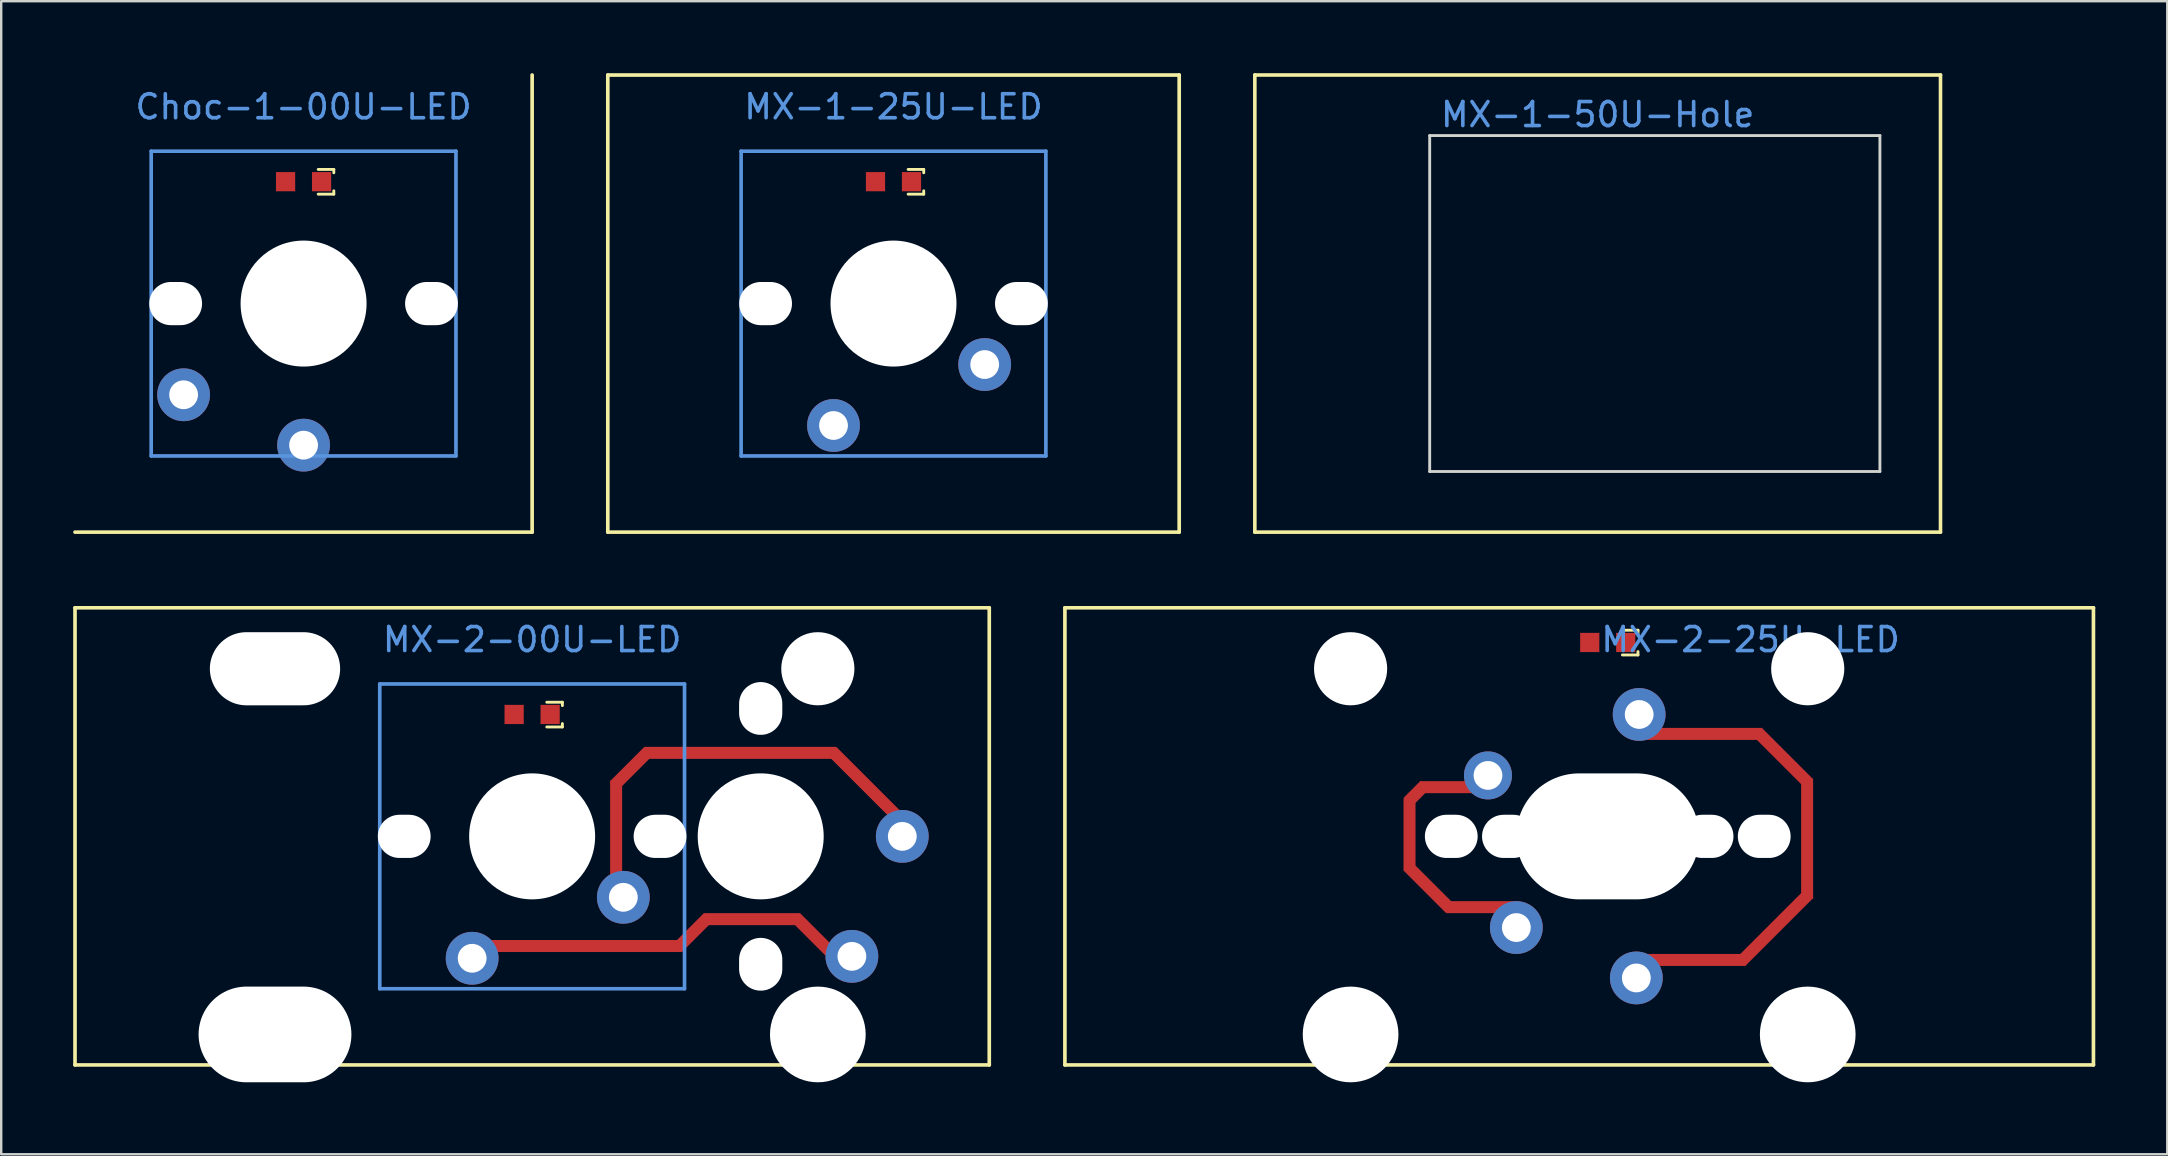
<source format=kicad_pcb>
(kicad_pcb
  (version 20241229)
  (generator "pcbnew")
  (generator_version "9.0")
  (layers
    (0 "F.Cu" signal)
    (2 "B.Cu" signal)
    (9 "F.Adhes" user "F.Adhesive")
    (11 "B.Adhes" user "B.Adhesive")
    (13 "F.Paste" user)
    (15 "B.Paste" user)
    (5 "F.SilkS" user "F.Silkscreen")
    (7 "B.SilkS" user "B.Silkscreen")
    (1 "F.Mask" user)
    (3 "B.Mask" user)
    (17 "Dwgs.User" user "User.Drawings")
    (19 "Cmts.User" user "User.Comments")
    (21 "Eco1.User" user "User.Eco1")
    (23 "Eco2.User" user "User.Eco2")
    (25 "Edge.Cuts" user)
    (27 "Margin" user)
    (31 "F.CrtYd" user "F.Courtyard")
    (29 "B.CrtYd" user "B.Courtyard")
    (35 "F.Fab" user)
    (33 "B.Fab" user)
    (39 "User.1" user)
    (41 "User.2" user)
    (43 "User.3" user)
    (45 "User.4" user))
  (footprint "MX-1-25U-LED"
    (layer "F.Cu")
    (at 34.185 4.521)
    (property "Reference" "MX-1-25U-LED" (at 0 -3.12 0) (layer "Cmts.User") (effects (font (size 1 1) (thickness 0.15))))
    (fp_line (start -11.906 -4.445) (end 11.906 -4.445) (stroke (width 0.152) (type solid)) (layer "F.SilkS"))
    (fp_line (start -11.906 14.605) (end -11.906 -4.445) (stroke (width 0.152) (type solid)) (layer "F.SilkS"))
    (fp_line (start 0.61 -0.51) (end 1.26 -0.51) (stroke (width 0.12) (type solid)) (layer "F.SilkS"))
    (fp_line (start 0.61 0.52) (end 1.26 0.52) (stroke (width 0.12) (type solid)) (layer "F.SilkS"))
    (fp_line (start 1.26 -0.51) (end 1.26 -0.37) (stroke (width 0.12) (type solid)) (layer "F.SilkS"))
    (fp_line (start 1.26 0.52) (end 1.26 0.38) (stroke (width 0.12) (type solid)) (layer "F.SilkS"))
    (fp_line (start 11.906 -4.445) (end 11.906 14.605) (stroke (width 0.152) (type solid)) (layer "F.SilkS"))
    (fp_line (start 11.906 14.605) (end -11.906 14.605) (stroke (width 0.152) (type solid)) (layer "F.SilkS"))
    (fp_line (start -6.35 -1.27) (end 6.35 -1.27) (stroke (width 0.152) (type solid)) (layer "Cmts.User"))
    (fp_line (start -6.35 11.43) (end -6.35 -1.27) (stroke (width 0.152) (type solid)) (layer "Cmts.User"))
    (fp_line (start 6.35 -1.27) (end 6.35 11.43) (stroke (width 0.152) (type solid)) (layer "Cmts.User"))
    (fp_line (start 6.35 11.43) (end -6.35 11.43) (stroke (width 0.152) (type solid)) (layer "Cmts.User"))
    (fp_line (start -7.798 -0.925) (end -6.985 -0.925) (stroke (width 0.152) (type solid)) (layer "Eco2.User"))
    (fp_line (start -7.798 2.576) (end -7.798 -0.925) (stroke (width 0.152) (type solid)) (layer "Eco2.User"))
    (fp_line (start -7.798 7.584) (end -6.985 7.584) (stroke (width 0.152) (type solid)) (layer "Eco2.User"))
    (fp_line (start -7.798 11.085) (end -7.798 7.584) (stroke (width 0.152) (type solid)) (layer "Eco2.User"))
    (fp_line (start -6.985 -1.905) (end 6.985 -1.905) (stroke (width 0.152) (type solid)) (layer "Eco2.User"))
    (fp_line (start -6.985 -0.925) (end -6.985 -1.905) (stroke (width 0.152) (type solid)) (layer "Eco2.User"))
    (fp_line (start -6.985 2.576) (end -7.798 2.576) (stroke (width 0.152) (type solid)) (layer "Eco2.User"))
    (fp_line (start -6.985 7.584) (end -6.985 2.576) (stroke (width 0.152) (type solid)) (layer "Eco2.User"))
    (fp_line (start -6.985 11.085) (end -7.798 11.085) (stroke (width 0.152) (type solid)) (layer "Eco2.User"))
    (fp_line (start -6.985 12.065) (end -6.985 11.085) (stroke (width 0.152) (type solid)) (layer "Eco2.User"))
    (fp_line (start 6.985 -1.905) (end 6.985 -0.925) (stroke (width 0.152) (type solid)) (layer "Eco2.User"))
    (fp_line (start 6.985 -0.925) (end 7.798 -0.925) (stroke (width 0.152) (type solid)) (layer "Eco2.User"))
    (fp_line (start 6.985 2.576) (end 6.985 7.584) (stroke (width 0.152) (type solid)) (layer "Eco2.User"))
    (fp_line (start 6.985 7.584) (end 7.798 7.584) (stroke (width 0.152) (type solid)) (layer "Eco2.User"))
    (fp_line (start 6.985 11.085) (end 6.985 12.065) (stroke (width 0.152) (type solid)) (layer "Eco2.User"))
    (fp_line (start 6.985 12.065) (end -6.985 12.065) (stroke (width 0.152) (type solid)) (layer "Eco2.User"))
    (fp_line (start 7.798 -0.925) (end 7.798 2.576) (stroke (width 0.152) (type solid)) (layer "Eco2.User"))
    (fp_line (start 7.798 2.576) (end 6.985 2.576) (stroke (width 0.152) (type solid)) (layer "Eco2.User"))
    (fp_line (start 7.798 7.584) (end 7.798 11.085) (stroke (width 0.152) (type solid)) (layer "Eco2.User"))
    (fp_line (start 7.798 11.085) (end 6.985 11.085) (stroke (width 0.152) (type solid)) (layer "Eco2.User"))
    (pad "" np_thru_hole oval (at -5.33 5.08 270) (size 1.8 2.2) (drill oval 1.8 2.2) (layers "*.Cu" "*.Mask"))
    (pad "" np_thru_hole circle (at 0 5.08 180) (size 5.25 5.25) (drill 5.25) (layers "*.Cu" "*.Mask"))
    (pad "" np_thru_hole oval (at 5.33 5.08 270) (size 1.8 2.2) (drill oval 1.8 2.2) (layers "*.Cu" "*.Mask"))
    (pad "1" thru_hole circle (at -2.5 10.16) (size 2.2 2.2) (drill 1.2) (layers "*.Cu" "*.Mask"))
    (pad "2" thru_hole circle (at 3.8 7.62 225) (size 2.2 2.2) (drill 1.2) (layers "*.Cu" "*.Mask"))
    (pad "3" smd rect (at 0.75 0 90) (size 0.8 0.8) (layers "F.Cu" "F.Mask" "F.Paste"))
    (pad "4" smd rect (at -0.75 0 90) (size 0.8 0.8) (layers "F.Cu" "F.Mask" "F.Paste")))
  (footprint "MX-2-25U-LED"
    (layer "F.Cu")
    (at 63.95 23.724)
    (property "Reference" "MX-2-25U-LED" (at 5.953 -0.12 0) (layer "Cmts.User") (effects (font (size 1 1) (thickness 0.15))))
    (fp_line (start -22.622 -1.445) (end 20.241 -1.445) (stroke (width 0.152) (type solid)) (layer "F.SilkS"))
    (fp_line (start -22.622 17.605) (end -22.622 -1.445) (stroke (width 0.152) (type solid)) (layer "F.SilkS"))
    (fp_line (start 0.61 -0.51) (end 1.26 -0.51) (stroke (width 0.12) (type solid)) (layer "F.SilkS"))
    (fp_line (start 0.61 0.52) (end 1.26 0.52) (stroke (width 0.12) (type solid)) (layer "F.SilkS"))
    (fp_line (start 1.26 -0.51) (end 1.26 -0.37) (stroke (width 0.12) (type solid)) (layer "F.SilkS"))
    (fp_line (start 1.26 0.52) (end 1.26 0.38) (stroke (width 0.12) (type solid)) (layer "F.SilkS"))
    (fp_line (start 20.241 -1.445) (end 20.241 17.605) (stroke (width 0.152) (type solid)) (layer "F.SilkS"))
    (fp_line (start 20.241 17.605) (end -22.622 17.605) (stroke (width 0.152) (type solid)) (layer "F.SilkS"))
    (pad "" np_thru_hole circle (at -10.716 1.095 180) (size 3.048 3.048) (drill 3.048) (layers "*.Cu" "*.Mask"))
    (pad "" np_thru_hole circle (at -10.716 16.335 180) (size 3.988 3.988) (drill 3.988) (layers "*.Cu" "*.Mask"))
    (pad "" np_thru_hole oval (at -6.521 8.08 270) (size 1.8 2.2) (drill oval 1.8 2.2) (layers "*.Cu" "*.Mask"))
    (pad "" np_thru_hole oval (at -4.139 8.08 270) (size 1.8 2.2) (drill oval 1.8 2.2) (layers "*.Cu" "*.Mask"))
    (pad "" np_thru_hole oval (at 0 8.08 180) (size 7.631 5.25) (drill oval 7.631 5.25) (layers "*.Cu" "*.Mask"))
    (pad "" np_thru_hole oval (at 4.139 8.08 270) (size 1.8 2.2) (drill oval 1.8 2.2) (layers "*.Cu" "*.Mask"))
    (pad "" np_thru_hole oval (at 6.521 8.08 270) (size 1.8 2.2) (drill oval 1.8 2.2) (layers "*.Cu" "*.Mask"))
    (pad "" np_thru_hole circle (at 8.334 1.095 180) (size 3.048 3.048) (drill 3.048) (layers "*.Cu" "*.Mask"))
    (pad "" np_thru_hole circle (at 8.334 16.335 180) (size 3.988 3.988) (drill 3.988) (layers "*.Cu" "*.Mask"))
    (pad "1" thru_hole circle (at 1.191 13.98 90) (size 2.2 2.2) (drill 1.2) (layers "*.Cu" "*.Mask"))
    (pad "1" thru_hole circle (at 1.309 3) (size 2.2 2.2) (drill oval 1.2) (layers "*.Cu" "*.Mask"))
    (pad "1" smd rect (at 3.249 13.23 90) (size 0.5 5) (layers "F.Cu" "F.Mask" "F.Paste"))
    (pad "1" smd rect (at 3.939 3.81 90) (size 0.5 5) (layers "F.Cu" "F.Mask" "F.Paste"))
    (pad "1" smd rect (at 6.979 11.88 135) (size 0.5 4) (layers "F.Cu" "F.Mask" "F.Paste"))
    (pad "1" smd rect (at 7.319 4.81 45) (size 0.5 3) (layers "F.Cu" "F.Mask" "F.Paste"))
    (pad "1" smd rect (at 8.309 8.18 180) (size 0.5 5) (layers "F.Cu" "F.Mask" "F.Paste"))
    (pad "2" smd rect (at -8.261 8 180) (size 0.5 3) (layers "F.Cu" "F.Mask" "F.Paste"))
    (pad "2" smd rect (at -7.981 6.3 135) (size 0.5 1) (layers "F.Cu" "F.Mask" "F.Paste"))
    (pad "2" smd rect (at -7.451 10.21 45) (size 0.5 2.5) (layers "F.Cu" "F.Mask" "F.Paste"))
    (pad "2" smd rect (at -6.331 6.03 90) (size 0.5 3) (layers "F.Cu" "F.Mask" "F.Paste"))
    (pad "2" smd rect (at -5.231 11.03 90) (size 0.5 3) (layers "F.Cu" "F.Mask" "F.Paste"))
    (pad "2" thru_hole circle (at -4.991 5.54 225) (size 2 2) (drill 1.2) (layers "*.Cu" "*.Mask"))
    (pad "2" thru_hole circle (at -3.809 11.88 270) (size 2.2 2.2) (drill 1.2) (layers "*.Cu" "*.Mask"))
    (pad "3" smd rect (at 0.75 0 90) (size 0.8 0.8) (layers "F.Cu" "F.Mask" "F.Paste"))
    (pad "4" smd rect (at -0.75 0 90) (size 0.8 0.8) (layers "F.Cu" "F.Mask" "F.Paste")))
  (footprint "MX-2-00U-LED"
    (layer "F.Cu")
    (at 19.126 26.724)
    (property "Reference" "MX-2-00U-LED" (at 0 -3.12 0) (layer "Cmts.User") (effects (font (size 1 1) (thickness 0.15))))
    (fp_line (start -19.05 -4.445) (end 19.05 -4.445) (stroke (width 0.152) (type solid)) (layer "F.SilkS"))
    (fp_line (start -19.05 14.605) (end -19.05 -4.445) (stroke (width 0.152) (type solid)) (layer "F.SilkS"))
    (fp_line (start 0.61 -0.51) (end 1.26 -0.51) (stroke (width 0.12) (type solid)) (layer "F.SilkS"))
    (fp_line (start 0.61 0.52) (end 1.26 0.52) (stroke (width 0.12) (type solid)) (layer "F.SilkS"))
    (fp_line (start 1.26 -0.51) (end 1.26 -0.37) (stroke (width 0.12) (type solid)) (layer "F.SilkS"))
    (fp_line (start 1.26 0.52) (end 1.26 0.38) (stroke (width 0.12) (type solid)) (layer "F.SilkS"))
    (fp_line (start 19.05 -4.445) (end 19.05 14.605) (stroke (width 0.152) (type solid)) (layer "F.SilkS"))
    (fp_line (start 19.05 14.605) (end -19.05 14.605) (stroke (width 0.152) (type solid)) (layer "F.SilkS"))
    (fp_line (start -6.35 -1.27) (end 6.35 -1.27) (stroke (width 0.152) (type solid)) (layer "Cmts.User"))
    (fp_line (start -6.35 11.43) (end -6.35 -1.27) (stroke (width 0.152) (type solid)) (layer "Cmts.User"))
    (fp_line (start 6.35 -1.27) (end 6.35 11.43) (stroke (width 0.152) (type solid)) (layer "Cmts.User"))
    (fp_line (start 6.35 11.43) (end -6.35 11.43) (stroke (width 0.152) (type solid)) (layer "Cmts.User"))
    (pad "" np_thru_hole oval (at -10.716 -1.905 180) (size 5.429 3.048) (drill oval 5.429 3.048) (layers "*.Cu" "*.Mask"))
    (pad "" np_thru_hole oval (at -10.716 13.335 180) (size 6.369 3.988) (drill oval 6.369 3.988) (layers "*.Cu" "*.Mask"))
    (pad "" np_thru_hole oval (at -5.33 5.08 270) (size 1.8 2.2) (drill oval 1.8 2.2) (layers "*.Cu" "*.Mask"))
    (pad "" np_thru_hole circle (at 0 5.08) (size 5.25 5.25) (drill 5.25) (layers "*.Cu" "*.Mask"))
    (pad "" np_thru_hole oval (at 5.33 5.08 270) (size 1.8 2.2) (drill oval 1.8 2.2) (layers "*.Cu" "*.Mask"))
    (pad "" np_thru_hole oval (at 9.525 -0.25) (size 1.8 2.2) (drill oval 1.8 2.2) (layers "*.Cu" "*.Mask"))
    (pad "" np_thru_hole circle (at 9.525 5.08 90) (size 5.25 5.25) (drill 5.25) (layers "*.Cu" "*.Mask"))
    (pad "" np_thru_hole oval (at 9.525 10.41) (size 1.8 2.2) (drill oval 1.8 2.2) (layers "*.Cu" "*.Mask"))
    (pad "" np_thru_hole circle (at 11.906 -1.905 180) (size 3.048 3.048) (drill 3.048) (layers "*.Cu" "*.Mask"))
    (pad "" np_thru_hole circle (at 11.906 13.335 180) (size 3.988 3.988) (drill 3.988) (layers "*.Cu" "*.Mask"))
    (pad "1" thru_hole circle (at -2.5 10.16) (size 2.2 2.2) (drill oval 1.2) (layers "*.Cu" "*.Mask"))
    (pad "1" smd rect (at 2.25 9.65) (size 8 0.5) (layers "F.Cu" "F.Mask" "F.Paste"))
    (pad "1" smd rect (at 6.7 9.09 45) (size 1.8 0.5) (layers "F.Cu" "F.Mask" "F.Paste"))
    (pad "1" smd rect (at 9.16 8.53) (size 4 0.5) (layers "F.Cu" "F.Mask" "F.Paste"))
    (pad "1" smd rect (at 11.69 9.16 135) (size 2 0.5) (layers "F.Cu" "F.Mask" "F.Paste"))
    (pad "1" thru_hole circle (at 13.325 10.08 270) (size 2.2 2.2) (drill 1.2) (layers "*.Cu" "*.Mask"))
    (pad "2" smd rect (at 3.5 4.77 90) (size 4 0.5) (layers "F.Cu" "F.Mask" "F.Paste"))
    (pad "2" thru_hole circle (at 3.8 7.62 225) (size 2.2 2.2) (drill 1.2) (layers "*.Cu" "*.Mask"))
    (pad "2" smd rect (at 4.14 2.24 45) (size 2 0.5) (layers "F.Cu" "F.Mask" "F.Paste"))
    (pad "2" smd rect (at 8.67 1.6) (size 8 0.5) (layers "F.Cu" "F.Mask" "F.Paste"))
    (pad "2" smd rect (at 13.92 2.95 135) (size 4 0.5) (layers "F.Cu" "F.Mask" "F.Paste"))
    (pad "2" thru_hole circle (at 15.425 5.08 90) (size 2.2 2.2) (drill 1.2) (layers "*.Cu" "*.Mask"))
    (pad "3" smd rect (at 0.75 0 90) (size 0.8 0.8) (layers "F.Cu" "F.Mask" "F.Paste"))
    (pad "4" smd rect (at -0.75 0 90) (size 0.8 0.8) (layers "F.Cu" "F.Mask" "F.Paste")))
  (footprint "Choc-1-00U-LED"
    (layer "F.Cu")
    (at 9.601 4.521)
    (property "Reference" "Choc-1-00U-LED" (at 0 -3.12 0) (layer "Cmts.User") (effects (font (size 1 1) (thickness 0.15))))
    (fp_line (start 0.61 -0.51) (end 1.26 -0.51) (stroke (width 0.12) (type solid)) (layer "F.SilkS"))
    (fp_line (start 0.61 0.52) (end 1.26 0.52) (stroke (width 0.12) (type solid)) (layer "F.SilkS"))
    (fp_line (start 1.26 -0.51) (end 1.26 -0.37) (stroke (width 0.12) (type solid)) (layer "F.SilkS"))
    (fp_line (start 1.26 0.52) (end 1.26 0.38) (stroke (width 0.12) (type solid)) (layer "F.SilkS"))
    (fp_line (start 9.525 -4.445) (end 9.525 14.605) (stroke (width 0.152) (type solid)) (layer "F.SilkS"))
    (fp_line (start 9.525 14.605) (end -9.525 14.605) (stroke (width 0.152) (type solid)) (layer "F.SilkS"))
    (fp_line (start -6.35 -1.27) (end 6.35 -1.27) (stroke (width 0.152) (type solid)) (layer "Cmts.User"))
    (fp_line (start -6.35 11.43) (end -6.35 -1.27) (stroke (width 0.152) (type solid)) (layer "Cmts.User"))
    (fp_line (start 6.35 -1.27) (end 6.35 11.43) (stroke (width 0.152) (type solid)) (layer "Cmts.User"))
    (fp_line (start 6.35 11.43) (end -6.35 11.43) (stroke (width 0.152) (type solid)) (layer "Cmts.User"))
    (pad "" np_thru_hole oval (at -5.33 5.08 270) (size 1.8 2.2) (drill oval 1.8 2.2) (layers "*.Cu" "*.Mask"))
    (pad "" np_thru_hole circle (at 0 5.08 180) (size 5.25 5.25) (drill 5.25) (layers "*.Cu" "*.Mask"))
    (pad "" np_thru_hole oval (at 5.33 5.08 270) (size 1.8 2.2) (drill oval 1.8 2.2) (layers "*.Cu" "*.Mask"))
    (pad "1" thru_hole circle (at 0 10.98 90) (size 2.2 2.2) (drill 1.2) (layers "*.Cu" "*.Mask"))
    (pad "2" thru_hole circle (at -5 8.88 270) (size 2.2 2.2) (drill 1.2) (layers "*.Cu" "*.Mask"))
    (pad "3" smd rect (at 0.75 0 90) (size 0.8 0.8) (layers "F.Cu" "F.Mask" "F.Paste"))
    (pad "4" smd rect (at -0.75 0 90) (size 0.8 0.8) (layers "F.Cu" "F.Mask" "F.Paste")))
  (footprint "MX-1-50U-Hole"
    (layer "F.Cu")
    (at 63.53 9.6)
    (property "Reference" "MX-1-50U-Hole" (at 0 -7.874 0) (layer "Cmts.User") (effects (font (size 1 1) (thickness 0.15))))
    (attr through_hole)
    (fp_line (start -14.287 -9.525) (end 14.287 -9.525) (stroke (width 0.15) (type solid)) (layer "F.SilkS"))
    (fp_line (start -14.287 9.525) (end -14.287 -9.525) (stroke (width 0.15) (type solid)) (layer "F.SilkS"))
    (fp_line (start 14.287 -9.525) (end 14.287 9.525) (stroke (width 0.15) (type solid)) (layer "F.SilkS"))
    (fp_line (start 14.287 9.525) (end -14.287 9.525) (stroke (width 0.15) (type solid)) (layer "F.SilkS"))
    (fp_line (start -7 -7) (end -7 7) (stroke (width 0.12) (type solid)) (layer "Edge.Cuts"))
    (fp_line (start -7 -7) (end 11.762 -7) (stroke (width 0.12) (type solid)) (layer "Edge.Cuts"))
    (fp_line (start -7 7) (end 11.762 7) (stroke (width 0.12) (type solid)) (layer "Edge.Cuts"))
    (fp_line (start 11.762 -7) (end 11.762 7) (stroke (width 0.12) (type solid)) (layer "Edge.Cuts")))
  (gr_rect
    (start -3 -3)
    (end 87.267 45.053)
    (stroke (width 0.1) (type default))
    (fill no)
    (layer "Edge.Cuts")))
</source>
